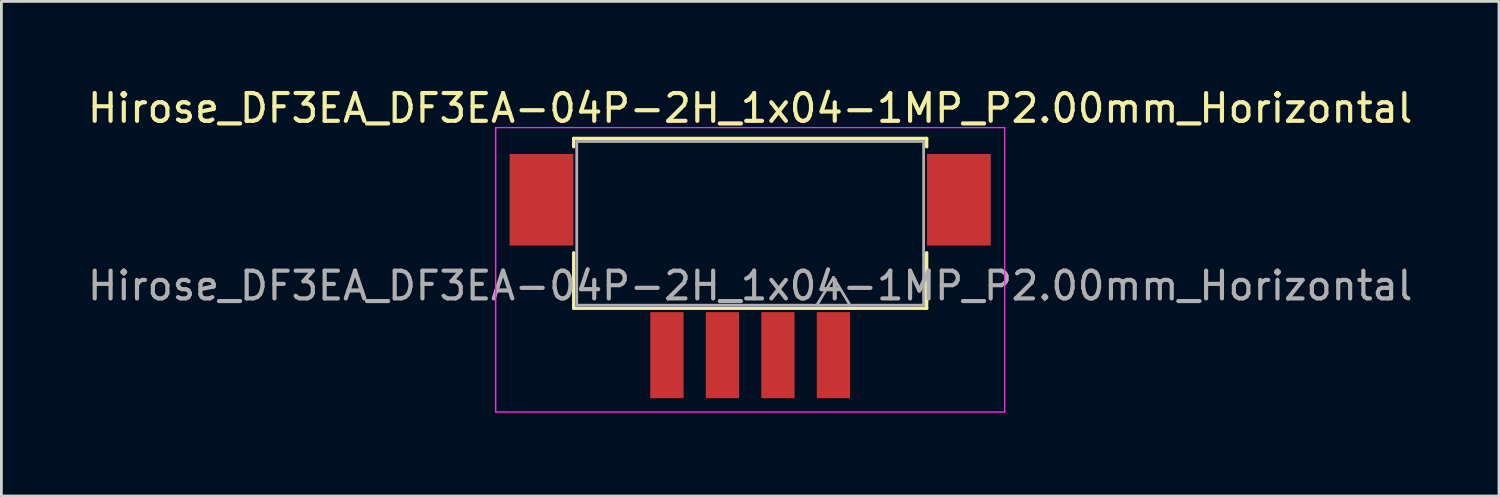
<source format=kicad_pcb>
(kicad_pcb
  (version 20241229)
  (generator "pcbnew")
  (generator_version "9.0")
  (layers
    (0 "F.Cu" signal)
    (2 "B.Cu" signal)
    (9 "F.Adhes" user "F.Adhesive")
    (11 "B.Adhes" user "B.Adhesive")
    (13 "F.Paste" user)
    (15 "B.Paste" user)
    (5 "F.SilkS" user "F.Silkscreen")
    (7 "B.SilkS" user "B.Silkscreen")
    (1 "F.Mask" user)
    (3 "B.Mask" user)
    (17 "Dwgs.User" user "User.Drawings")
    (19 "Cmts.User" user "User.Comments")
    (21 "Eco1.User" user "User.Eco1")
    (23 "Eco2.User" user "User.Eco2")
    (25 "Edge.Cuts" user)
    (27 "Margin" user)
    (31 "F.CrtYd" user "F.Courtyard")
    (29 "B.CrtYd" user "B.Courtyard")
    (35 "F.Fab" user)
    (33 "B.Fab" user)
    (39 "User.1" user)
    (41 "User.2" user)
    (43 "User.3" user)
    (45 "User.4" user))
  (footprint "Hirose_DF3EA_DF3EA-04P-2H_1x04-1MP_P2.00mm_Horizontal"
    (layer "F.Cu")
    (at 23.982 8.198)
    (property "Reference" "Hirose_DF3EA_DF3EA-04P-2H_1x04-1MP_P2.00mm_Horizontal" (at 0 -7.35 0) (layer "F.SilkS") (effects (font (size 1 1) (thickness 0.15))))
    (attr smd)
    (fp_line (start -6.36 -6.26) (end 6.36 -6.26) (stroke (width 0.12) (type solid)) (layer "F.SilkS"))
    (fp_line (start -6.36 -5.96) (end -6.36 -6.26) (stroke (width 0.12) (type solid)) (layer "F.SilkS"))
    (fp_line (start -6.36 -2.14) (end -6.36 -0.14) (stroke (width 0.12) (type solid)) (layer "F.SilkS"))
    (fp_line (start -6.36 -0.14) (end 6.36 -0.14) (stroke (width 0.12) (type solid)) (layer "F.SilkS"))
    (fp_line (start 6.36 -6.26) (end 6.36 -5.96) (stroke (width 0.12) (type solid)) (layer "F.SilkS"))
    (fp_line (start 6.36 -0.14) (end 6.36 -2.14) (stroke (width 0.12) (type solid)) (layer "F.SilkS"))
    (fp_line (start -9.17 -6.65) (end 9.17 -6.65) (stroke (width 0.05) (type solid)) (layer "F.CrtYd"))
    (fp_line (start -9.17 3.6) (end -9.17 -6.65) (stroke (width 0.05) (type solid)) (layer "F.CrtYd"))
    (fp_line (start 9.17 -6.65) (end 9.17 3.6) (stroke (width 0.05) (type solid)) (layer "F.CrtYd"))
    (fp_line (start 9.17 3.6) (end -9.17 3.6) (stroke (width 0.05) (type solid)) (layer "F.CrtYd"))
    (fp_line (start -6.25 -6.15) (end 6.25 -6.15) (stroke (width 0.1) (type solid)) (layer "F.Fab"))
    (fp_line (start -6.25 -0.25) (end -6.25 -6.15) (stroke (width 0.1) (type solid)) (layer "F.Fab"))
    (fp_line (start 2.4 -0.25) (end 3 -1.25) (stroke (width 0.1) (type solid)) (layer "F.Fab"))
    (fp_line (start 3 -1.25) (end 3.6 -0.25) (stroke (width 0.1) (type solid)) (layer "F.Fab"))
    (fp_line (start 6.25 -6.15) (end 6.25 -0.25) (stroke (width 0.1) (type solid)) (layer "F.Fab"))
    (fp_line (start 6.25 -0.25) (end -6.25 -0.25) (stroke (width 0.1) (type solid)) (layer "F.Fab"))
    (fp_text user "${REFERENCE}" (at 0 -0.95 0) (layer "F.Fab") (effects (font (size 1 1) (thickness 0.15))))
    (pad "" smd rect (at -7.52 -4.05) (size 2.3 3.3) (layers "F.Cu" "F.Mask" "F.Paste"))
    (pad "" smd rect (at 7.52 -4.05) (size 2.3 3.3) (layers "F.Cu" "F.Mask" "F.Paste"))
    (pad "1" smd rect (at 3 1.55) (size 1.2 3.1) (layers "F.Cu" "F.Mask" "F.Paste"))
    (pad "2" smd rect (at 1 1.55) (size 1.2 3.1) (layers "F.Cu" "F.Mask" "F.Paste"))
    (pad "3" smd rect (at -1 1.55) (size 1.2 3.1) (layers "F.Cu" "F.Mask" "F.Paste"))
    (pad "4" smd rect (at -3 1.55) (size 1.2 3.1) (layers "F.Cu" "F.Mask" "F.Paste")))
  (gr_rect
    (start -3 -3)
    (end 50.964 14.823)
    (stroke (width 0.1) (type default))
    (fill no)
    (layer "Edge.Cuts")))
</source>
